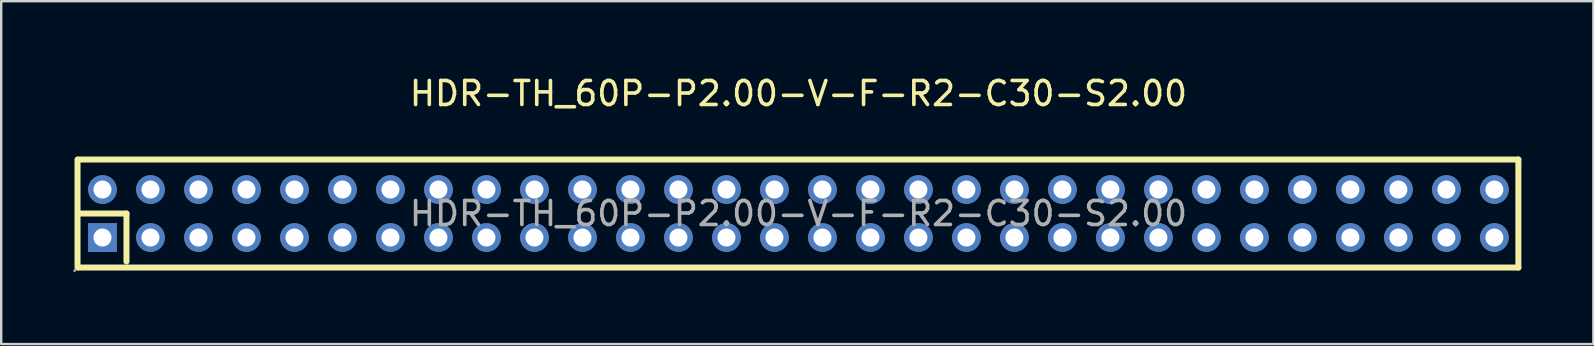
<source format=kicad_pcb>
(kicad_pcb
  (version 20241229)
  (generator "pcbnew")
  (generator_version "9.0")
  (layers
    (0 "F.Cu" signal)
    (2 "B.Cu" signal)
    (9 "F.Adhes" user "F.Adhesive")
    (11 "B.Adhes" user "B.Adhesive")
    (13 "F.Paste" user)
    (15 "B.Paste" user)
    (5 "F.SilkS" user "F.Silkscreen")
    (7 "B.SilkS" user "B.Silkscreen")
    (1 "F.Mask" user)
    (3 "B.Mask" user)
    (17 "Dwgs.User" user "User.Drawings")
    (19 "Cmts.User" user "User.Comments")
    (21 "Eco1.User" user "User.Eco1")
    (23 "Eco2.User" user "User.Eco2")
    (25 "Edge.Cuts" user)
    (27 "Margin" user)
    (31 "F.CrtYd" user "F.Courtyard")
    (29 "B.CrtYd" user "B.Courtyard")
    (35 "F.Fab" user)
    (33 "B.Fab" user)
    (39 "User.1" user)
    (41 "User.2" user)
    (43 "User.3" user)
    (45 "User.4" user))
  (footprint "HDR-TH_60P-P2.00-V-F-R2-C30-S2.00"
    (layer "F.Cu")
    (at 30.22 5.848)
    (property "Reference" "HDR-TH_60P-P2.00-V-F-R2-C30-S2.00" (at 0 -5 0) (layer "F.SilkS") (effects (font (size 1 1) (thickness 0.15))))
    (attr through_hole)
    (fp_line (start -30.04 -2.25) (end -30.04 2.25) (stroke (width 0.25) (type solid)) (layer "F.SilkS"))
    (fp_line (start -30 -2.25) (end 30 -2.25) (stroke (width 0.25) (type solid)) (layer "F.SilkS"))
    (fp_line (start -30 0) (end -28 0) (stroke (width 0.25) (type solid)) (layer "F.SilkS"))
    (fp_line (start -30 2.25) (end 30 2.25) (stroke (width 0.25) (type solid)) (layer "F.SilkS"))
    (fp_line (start -28 0) (end -28 2) (stroke (width 0.25) (type solid)) (layer "F.SilkS"))
    (fp_line (start 30 2.25) (end 30 -2.25) (stroke (width 0.25) (type solid)) (layer "F.SilkS"))
    (fp_circle (center -30.16 2.38) (end -30.13 2.38) (stroke (width 0.06) (type solid)) (fill no) (layer "F.Fab"))
    (fp_circle (center -29 -1) (end -28.86 -1) (stroke (width 0.28) (type solid)) (fill no) (layer "F.Fab"))
    (fp_circle (center -29 1) (end -28.86 1) (stroke (width 0.28) (type solid)) (fill no) (layer "F.Fab"))
    (fp_circle (center -27 -1) (end -26.86 -1) (stroke (width 0.28) (type solid)) (fill no) (layer "F.Fab"))
    (fp_circle (center -27 1) (end -26.86 1) (stroke (width 0.28) (type solid)) (fill no) (layer "F.Fab"))
    (fp_circle (center -25 -1) (end -24.86 -1) (stroke (width 0.28) (type solid)) (fill no) (layer "F.Fab"))
    (fp_circle (center -25 1) (end -24.86 1) (stroke (width 0.28) (type solid)) (fill no) (layer "F.Fab"))
    (fp_circle (center -23 -1) (end -22.86 -1) (stroke (width 0.28) (type solid)) (fill no) (layer "F.Fab"))
    (fp_circle (center -23 1) (end -22.86 1) (stroke (width 0.28) (type solid)) (fill no) (layer "F.Fab"))
    (fp_circle (center -21 -1) (end -20.86 -1) (stroke (width 0.28) (type solid)) (fill no) (layer "F.Fab"))
    (fp_circle (center -21 1) (end -20.86 1) (stroke (width 0.28) (type solid)) (fill no) (layer "F.Fab"))
    (fp_circle (center -19 -1) (end -18.86 -1) (stroke (width 0.28) (type solid)) (fill no) (layer "F.Fab"))
    (fp_circle (center -19 1) (end -18.86 1) (stroke (width 0.28) (type solid)) (fill no) (layer "F.Fab"))
    (fp_circle (center -17 -1) (end -16.86 -1) (stroke (width 0.28) (type solid)) (fill no) (layer "F.Fab"))
    (fp_circle (center -17 1) (end -16.86 1) (stroke (width 0.28) (type solid)) (fill no) (layer "F.Fab"))
    (fp_circle (center -15 -1) (end -14.86 -1) (stroke (width 0.28) (type solid)) (fill no) (layer "F.Fab"))
    (fp_circle (center -15 1) (end -14.86 1) (stroke (width 0.28) (type solid)) (fill no) (layer "F.Fab"))
    (fp_circle (center -13 -1) (end -12.86 -1) (stroke (width 0.28) (type solid)) (fill no) (layer "F.Fab"))
    (fp_circle (center -13 1) (end -12.86 1) (stroke (width 0.28) (type solid)) (fill no) (layer "F.Fab"))
    (fp_circle (center -11 -1) (end -10.86 -1) (stroke (width 0.28) (type solid)) (fill no) (layer "F.Fab"))
    (fp_circle (center -11 1) (end -10.86 1) (stroke (width 0.28) (type solid)) (fill no) (layer "F.Fab"))
    (fp_circle (center -9 -1) (end -8.86 -1) (stroke (width 0.28) (type solid)) (fill no) (layer "F.Fab"))
    (fp_circle (center -9 1) (end -8.86 1) (stroke (width 0.28) (type solid)) (fill no) (layer "F.Fab"))
    (fp_circle (center -7 -1) (end -6.86 -1) (stroke (width 0.28) (type solid)) (fill no) (layer "F.Fab"))
    (fp_circle (center -7 1) (end -6.86 1) (stroke (width 0.28) (type solid)) (fill no) (layer "F.Fab"))
    (fp_circle (center -5 -1) (end -4.86 -1) (stroke (width 0.28) (type solid)) (fill no) (layer "F.Fab"))
    (fp_circle (center -5 1) (end -4.86 1) (stroke (width 0.28) (type solid)) (fill no) (layer "F.Fab"))
    (fp_circle (center -3 -1) (end -2.86 -1) (stroke (width 0.28) (type solid)) (fill no) (layer "F.Fab"))
    (fp_circle (center -3 1) (end -2.86 1) (stroke (width 0.28) (type solid)) (fill no) (layer "F.Fab"))
    (fp_circle (center -1 -1) (end -0.86 -1) (stroke (width 0.28) (type solid)) (fill no) (layer "F.Fab"))
    (fp_circle (center -1 1) (end -0.86 1) (stroke (width 0.28) (type solid)) (fill no) (layer "F.Fab"))
    (fp_circle (center 1 -1) (end 1.14 -1) (stroke (width 0.28) (type solid)) (fill no) (layer "F.Fab"))
    (fp_circle (center 1 1) (end 1.14 1) (stroke (width 0.28) (type solid)) (fill no) (layer "F.Fab"))
    (fp_circle (center 3 -1) (end 3.14 -1) (stroke (width 0.28) (type solid)) (fill no) (layer "F.Fab"))
    (fp_circle (center 3 1) (end 3.14 1) (stroke (width 0.28) (type solid)) (fill no) (layer "F.Fab"))
    (fp_circle (center 5 -1) (end 5.14 -1) (stroke (width 0.28) (type solid)) (fill no) (layer "F.Fab"))
    (fp_circle (center 5 1) (end 5.14 1) (stroke (width 0.28) (type solid)) (fill no) (layer "F.Fab"))
    (fp_circle (center 7 -1) (end 7.14 -1) (stroke (width 0.28) (type solid)) (fill no) (layer "F.Fab"))
    (fp_circle (center 7 1) (end 7.14 1) (stroke (width 0.28) (type solid)) (fill no) (layer "F.Fab"))
    (fp_circle (center 9 -1) (end 9.14 -1) (stroke (width 0.28) (type solid)) (fill no) (layer "F.Fab"))
    (fp_circle (center 9 1) (end 9.14 1) (stroke (width 0.28) (type solid)) (fill no) (layer "F.Fab"))
    (fp_circle (center 11 -1) (end 11.14 -1) (stroke (width 0.28) (type solid)) (fill no) (layer "F.Fab"))
    (fp_circle (center 11 1) (end 11.14 1) (stroke (width 0.28) (type solid)) (fill no) (layer "F.Fab"))
    (fp_circle (center 13 -1) (end 13.14 -1) (stroke (width 0.28) (type solid)) (fill no) (layer "F.Fab"))
    (fp_circle (center 13 1) (end 13.14 1) (stroke (width 0.28) (type solid)) (fill no) (layer "F.Fab"))
    (fp_circle (center 15 -1) (end 15.14 -1) (stroke (width 0.28) (type solid)) (fill no) (layer "F.Fab"))
    (fp_circle (center 15 1) (end 15.14 1) (stroke (width 0.28) (type solid)) (fill no) (layer "F.Fab"))
    (fp_circle (center 17 -1) (end 17.14 -1) (stroke (width 0.28) (type solid)) (fill no) (layer "F.Fab"))
    (fp_circle (center 17 1) (end 17.14 1) (stroke (width 0.28) (type solid)) (fill no) (layer "F.Fab"))
    (fp_circle (center 19 -1) (end 19.14 -1) (stroke (width 0.28) (type solid)) (fill no) (layer "F.Fab"))
    (fp_circle (center 19 1) (end 19.14 1) (stroke (width 0.28) (type solid)) (fill no) (layer "F.Fab"))
    (fp_circle (center 21 -1) (end 21.14 -1) (stroke (width 0.28) (type solid)) (fill no) (layer "F.Fab"))
    (fp_circle (center 21 1) (end 21.14 1) (stroke (width 0.28) (type solid)) (fill no) (layer "F.Fab"))
    (fp_circle (center 23 -1) (end 23.14 -1) (stroke (width 0.28) (type solid)) (fill no) (layer "F.Fab"))
    (fp_circle (center 23 1) (end 23.14 1) (stroke (width 0.28) (type solid)) (fill no) (layer "F.Fab"))
    (fp_circle (center 25 -1) (end 25.14 -1) (stroke (width 0.28) (type solid)) (fill no) (layer "F.Fab"))
    (fp_circle (center 25 1) (end 25.14 1) (stroke (width 0.28) (type solid)) (fill no) (layer "F.Fab"))
    (fp_circle (center 27 -1) (end 27.14 -1) (stroke (width 0.28) (type solid)) (fill no) (layer "F.Fab"))
    (fp_circle (center 27 1) (end 27.14 1) (stroke (width 0.28) (type solid)) (fill no) (layer "F.Fab"))
    (fp_circle (center 29 -1) (end 29.14 -1) (stroke (width 0.28) (type solid)) (fill no) (layer "F.Fab"))
    (fp_circle (center 29 1) (end 29.14 1) (stroke (width 0.28) (type solid)) (fill no) (layer "F.Fab"))
    (fp_text user "${REFERENCE}" (at 0 0 0) (layer "F.Fab") (effects (font (size 1 1) (thickness 0.15))))
    (pad "1" thru_hole rect (at -29 1) (size 1.2 1.2) (drill 0.75) (layers "*.Cu" "*.Paste" "*.Mask"))
    (pad "2" thru_hole circle (at -29 -1) (size 1.2 1.2) (drill 0.75) (layers "*.Cu" "*.Paste" "*.Mask"))
    (pad "3" thru_hole circle (at -27 1) (size 1.2 1.2) (drill 0.75) (layers "*.Cu" "*.Paste" "*.Mask"))
    (pad "4" thru_hole circle (at -27 -1) (size 1.2 1.2) (drill 0.75) (layers "*.Cu" "*.Paste" "*.Mask"))
    (pad "5" thru_hole circle (at -25 1) (size 1.2 1.2) (drill 0.75) (layers "*.Cu" "*.Paste" "*.Mask"))
    (pad "6" thru_hole circle (at -25 -1) (size 1.2 1.2) (drill 0.75) (layers "*.Cu" "*.Paste" "*.Mask"))
    (pad "7" thru_hole circle (at -23 1) (size 1.2 1.2) (drill 0.75) (layers "*.Cu" "*.Paste" "*.Mask"))
    (pad "8" thru_hole circle (at -23 -1) (size 1.2 1.2) (drill 0.75) (layers "*.Cu" "*.Paste" "*.Mask"))
    (pad "9" thru_hole circle (at -21 1) (size 1.2 1.2) (drill 0.75) (layers "*.Cu" "*.Paste" "*.Mask"))
    (pad "10" thru_hole circle (at -21 -1) (size 1.2 1.2) (drill 0.75) (layers "*.Cu" "*.Paste" "*.Mask"))
    (pad "11" thru_hole circle (at -19 1) (size 1.2 1.2) (drill 0.75) (layers "*.Cu" "*.Paste" "*.Mask"))
    (pad "12" thru_hole circle (at -19 -1) (size 1.2 1.2) (drill 0.75) (layers "*.Cu" "*.Paste" "*.Mask"))
    (pad "13" thru_hole circle (at -17 1) (size 1.2 1.2) (drill 0.75) (layers "*.Cu" "*.Paste" "*.Mask"))
    (pad "14" thru_hole circle (at -17 -1) (size 1.2 1.2) (drill 0.75) (layers "*.Cu" "*.Paste" "*.Mask"))
    (pad "15" thru_hole circle (at -15 1) (size 1.2 1.2) (drill 0.75) (layers "*.Cu" "*.Paste" "*.Mask"))
    (pad "16" thru_hole circle (at -15 -1) (size 1.2 1.2) (drill 0.75) (layers "*.Cu" "*.Paste" "*.Mask"))
    (pad "17" thru_hole circle (at -13 1) (size 1.2 1.2) (drill 0.75) (layers "*.Cu" "*.Paste" "*.Mask"))
    (pad "18" thru_hole circle (at -13 -1) (size 1.2 1.2) (drill 0.75) (layers "*.Cu" "*.Paste" "*.Mask"))
    (pad "19" thru_hole circle (at -11 1) (size 1.2 1.2) (drill 0.75) (layers "*.Cu" "*.Paste" "*.Mask"))
    (pad "20" thru_hole circle (at -11 -1) (size 1.2 1.2) (drill 0.75) (layers "*.Cu" "*.Paste" "*.Mask"))
    (pad "21" thru_hole circle (at -9 1) (size 1.2 1.2) (drill 0.75) (layers "*.Cu" "*.Paste" "*.Mask"))
    (pad "22" thru_hole circle (at -9 -1) (size 1.2 1.2) (drill 0.75) (layers "*.Cu" "*.Paste" "*.Mask"))
    (pad "23" thru_hole circle (at -7 1) (size 1.2 1.2) (drill 0.75) (layers "*.Cu" "*.Paste" "*.Mask"))
    (pad "24" thru_hole circle (at -7 -1) (size 1.2 1.2) (drill 0.75) (layers "*.Cu" "*.Paste" "*.Mask"))
    (pad "25" thru_hole circle (at -5 1) (size 1.2 1.2) (drill 0.75) (layers "*.Cu" "*.Paste" "*.Mask"))
    (pad "26" thru_hole circle (at -5 -1) (size 1.2 1.2) (drill 0.75) (layers "*.Cu" "*.Paste" "*.Mask"))
    (pad "27" thru_hole circle (at -3 1) (size 1.2 1.2) (drill 0.75) (layers "*.Cu" "*.Paste" "*.Mask"))
    (pad "28" thru_hole circle (at -3 -1) (size 1.2 1.2) (drill 0.75) (layers "*.Cu" "*.Paste" "*.Mask"))
    (pad "29" thru_hole circle (at -1 1) (size 1.2 1.2) (drill 0.75) (layers "*.Cu" "*.Paste" "*.Mask"))
    (pad "30" thru_hole circle (at -1 -1) (size 1.2 1.2) (drill 0.75) (layers "*.Cu" "*.Paste" "*.Mask"))
    (pad "31" thru_hole circle (at 1 1) (size 1.2 1.2) (drill 0.75) (layers "*.Cu" "*.Paste" "*.Mask"))
    (pad "32" thru_hole circle (at 1 -1) (size 1.2 1.2) (drill 0.75) (layers "*.Cu" "*.Paste" "*.Mask"))
    (pad "33" thru_hole circle (at 3 1) (size 1.2 1.2) (drill 0.75) (layers "*.Cu" "*.Paste" "*.Mask"))
    (pad "34" thru_hole circle (at 3 -1) (size 1.2 1.2) (drill 0.75) (layers "*.Cu" "*.Paste" "*.Mask"))
    (pad "35" thru_hole circle (at 5 1) (size 1.2 1.2) (drill 0.75) (layers "*.Cu" "*.Paste" "*.Mask"))
    (pad "36" thru_hole circle (at 5 -1) (size 1.2 1.2) (drill 0.75) (layers "*.Cu" "*.Paste" "*.Mask"))
    (pad "37" thru_hole circle (at 7 1) (size 1.2 1.2) (drill 0.75) (layers "*.Cu" "*.Paste" "*.Mask"))
    (pad "38" thru_hole circle (at 7 -1) (size 1.2 1.2) (drill 0.75) (layers "*.Cu" "*.Paste" "*.Mask"))
    (pad "39" thru_hole circle (at 9 1) (size 1.2 1.2) (drill 0.75) (layers "*.Cu" "*.Paste" "*.Mask"))
    (pad "40" thru_hole circle (at 9 -1) (size 1.2 1.2) (drill 0.75) (layers "*.Cu" "*.Paste" "*.Mask"))
    (pad "41" thru_hole circle (at 11 1) (size 1.2 1.2) (drill 0.75) (layers "*.Cu" "*.Paste" "*.Mask"))
    (pad "42" thru_hole circle (at 11 -1) (size 1.2 1.2) (drill 0.75) (layers "*.Cu" "*.Paste" "*.Mask"))
    (pad "43" thru_hole circle (at 13 1) (size 1.2 1.2) (drill 0.75) (layers "*.Cu" "*.Paste" "*.Mask"))
    (pad "44" thru_hole circle (at 13 -1) (size 1.2 1.2) (drill 0.75) (layers "*.Cu" "*.Paste" "*.Mask"))
    (pad "45" thru_hole circle (at 15 1) (size 1.2 1.2) (drill 0.75) (layers "*.Cu" "*.Paste" "*.Mask"))
    (pad "46" thru_hole circle (at 15 -1) (size 1.2 1.2) (drill 0.75) (layers "*.Cu" "*.Paste" "*.Mask"))
    (pad "47" thru_hole circle (at 17 1) (size 1.2 1.2) (drill 0.75) (layers "*.Cu" "*.Paste" "*.Mask"))
    (pad "48" thru_hole circle (at 17 -1) (size 1.2 1.2) (drill 0.75) (layers "*.Cu" "*.Paste" "*.Mask"))
    (pad "49" thru_hole circle (at 19 1) (size 1.2 1.2) (drill 0.75) (layers "*.Cu" "*.Paste" "*.Mask"))
    (pad "50" thru_hole circle (at 19 -1) (size 1.2 1.2) (drill 0.75) (layers "*.Cu" "*.Paste" "*.Mask"))
    (pad "51" thru_hole circle (at 21 1) (size 1.2 1.2) (drill 0.75) (layers "*.Cu" "*.Paste" "*.Mask"))
    (pad "52" thru_hole circle (at 21 -1) (size 1.2 1.2) (drill 0.75) (layers "*.Cu" "*.Paste" "*.Mask"))
    (pad "53" thru_hole circle (at 23 1) (size 1.2 1.2) (drill 0.75) (layers "*.Cu" "*.Paste" "*.Mask"))
    (pad "54" thru_hole circle (at 23 -1) (size 1.2 1.2) (drill 0.75) (layers "*.Cu" "*.Paste" "*.Mask"))
    (pad "55" thru_hole circle (at 25 1) (size 1.2 1.2) (drill 0.75) (layers "*.Cu" "*.Paste" "*.Mask"))
    (pad "56" thru_hole circle (at 25 -1) (size 1.2 1.2) (drill 0.75) (layers "*.Cu" "*.Paste" "*.Mask"))
    (pad "57" thru_hole circle (at 27 1) (size 1.2 1.2) (drill 0.75) (layers "*.Cu" "*.Paste" "*.Mask"))
    (pad "58" thru_hole circle (at 27 -1) (size 1.2 1.2) (drill 0.75) (layers "*.Cu" "*.Paste" "*.Mask"))
    (pad "59" thru_hole circle (at 29 1) (size 1.2 1.2) (drill 0.75) (layers "*.Cu" "*.Paste" "*.Mask"))
    (pad "60" thru_hole circle (at 29 -1) (size 1.2 1.2) (drill 0.75) (layers "*.Cu" "*.Paste" "*.Mask")))
  (gr_rect
    (start -3 -3)
    (end 63.345 11.288)
    (stroke (width 0.1) (type default))
    (fill no)
    (layer "Edge.Cuts")))
</source>
